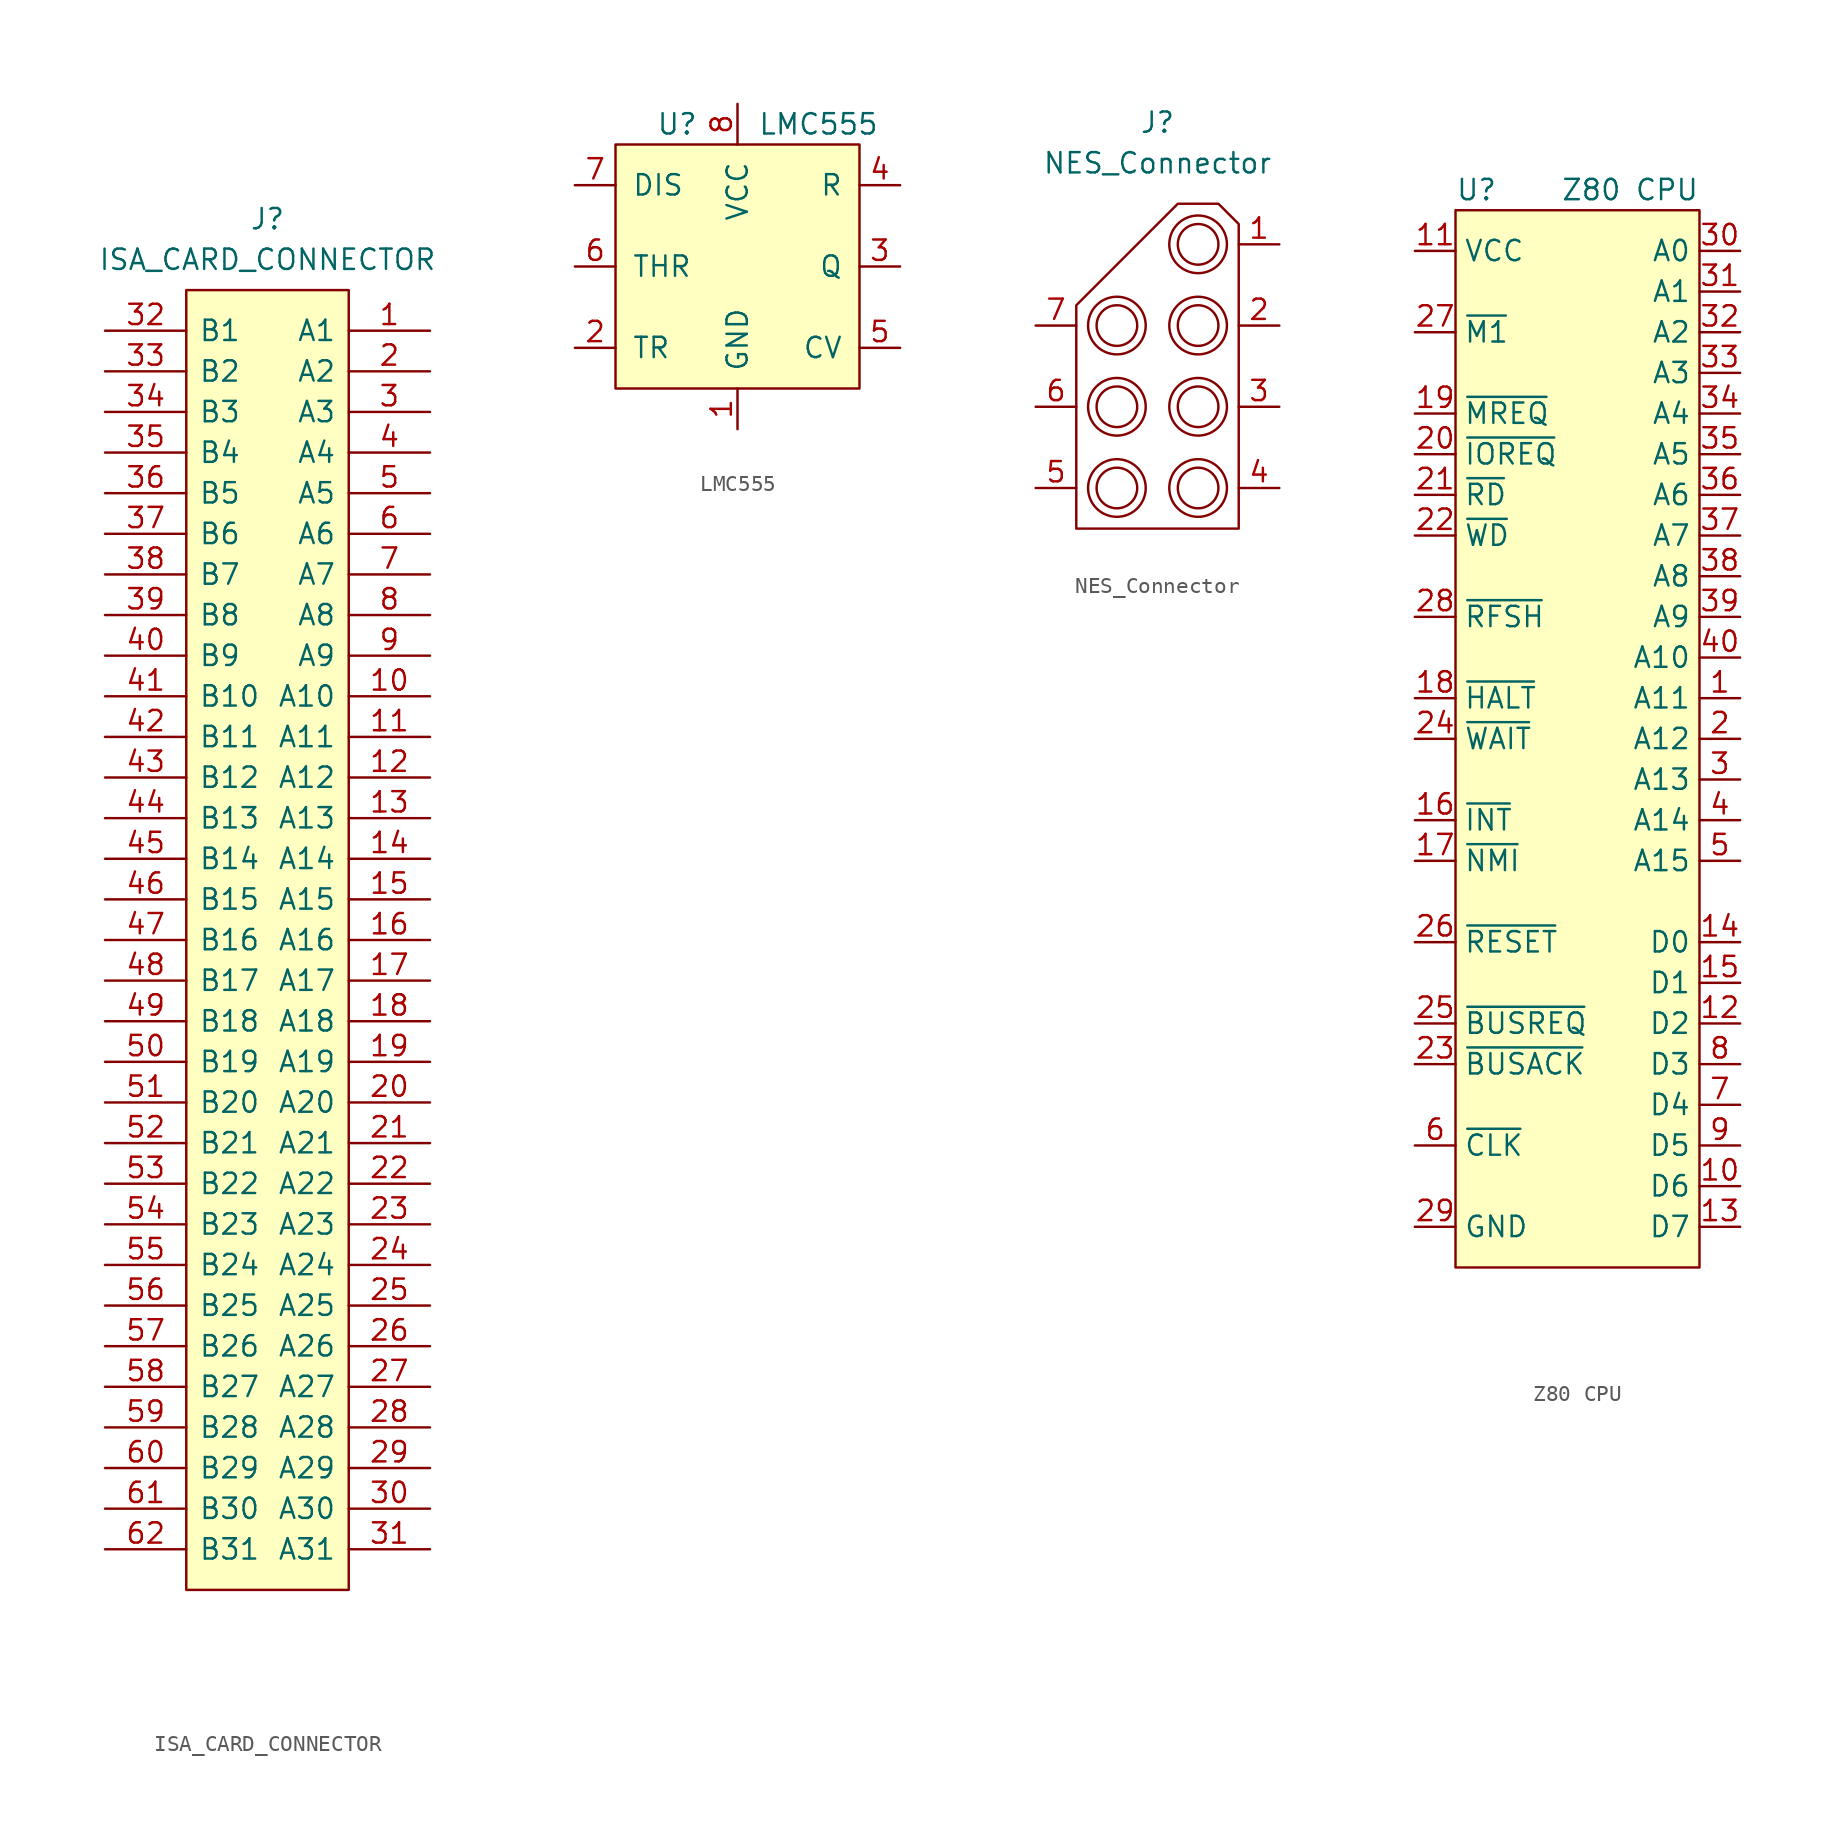
<source format=kicad_sym>
(kicad_symbol_lib
  (version 20211014)
  (generator kicad_symbol_editor)
  (symbol "ISA_CARD_CONNECTOR"
    (pin_names
      (offset 0.762))
    (property "Reference" "J"
      (at 0 4.445 0)
      (effects (font (size 1.27 1.27))))
    (property "Value" "ISA_CARD_CONNECTOR"
      (at 0 1.905 0)
      (effects (font (size 1.27 1.27))))
    (symbol "ISA_CARD_CONNECTOR_0_0"
      (pin passive line (at 10.16 -2.54 180) (length 5.08) (name "A1" (effects (font (size 1.27 1.27)))) (number "1" (effects (font (size 1.27 1.27)))))
      (pin passive line (at 10.16 -25.4 180) (length 5.08) (name "A10" (effects (font (size 1.27 1.27)))) (number "10" (effects (font (size 1.27 1.27)))))
      (pin passive line (at 10.16 -27.94 180) (length 5.08) (name "A11" (effects (font (size 1.27 1.27)))) (number "11" (effects (font (size 1.27 1.27)))))
      (pin passive line (at 10.16 -30.48 180) (length 5.08) (name "A12" (effects (font (size 1.27 1.27)))) (number "12" (effects (font (size 1.27 1.27)))))
      (pin passive line (at 10.16 -33.02 180) (length 5.08) (name "A13" (effects (font (size 1.27 1.27)))) (number "13" (effects (font (size 1.27 1.27)))))
      (pin passive line (at 10.16 -35.56 180) (length 5.08) (name "A14" (effects (font (size 1.27 1.27)))) (number "14" (effects (font (size 1.27 1.27)))))
      (pin passive line (at 10.16 -38.1 180) (length 5.08) (name "A15" (effects (font (size 1.27 1.27)))) (number "15" (effects (font (size 1.27 1.27)))))
      (pin passive line (at 10.16 -40.64 180) (length 5.08) (name "A16" (effects (font (size 1.27 1.27)))) (number "16" (effects (font (size 1.27 1.27)))))
      (pin passive line (at 10.16 -43.18 180) (length 5.08) (name "A17" (effects (font (size 1.27 1.27)))) (number "17" (effects (font (size 1.27 1.27)))))
      (pin passive line (at 10.16 -45.72 180) (length 5.08) (name "A18" (effects (font (size 1.27 1.27)))) (number "18" (effects (font (size 1.27 1.27)))))
      (pin passive line (at 10.16 -48.26 180) (length 5.08) (name "A19" (effects (font (size 1.27 1.27)))) (number "19" (effects (font (size 1.27 1.27)))))
      (pin passive line (at 10.16 -5.08 180) (length 5.08) (name "A2" (effects (font (size 1.27 1.27)))) (number "2" (effects (font (size 1.27 1.27)))))
      (pin passive line (at 10.16 -50.8 180) (length 5.08) (name "A20" (effects (font (size 1.27 1.27)))) (number "20" (effects (font (size 1.27 1.27)))))
      (pin passive line (at 10.16 -53.34 180) (length 5.08) (name "A21" (effects (font (size 1.27 1.27)))) (number "21" (effects (font (size 1.27 1.27)))))
      (pin passive line (at 10.16 -55.88 180) (length 5.08) (name "A22" (effects (font (size 1.27 1.27)))) (number "22" (effects (font (size 1.27 1.27)))))
      (pin passive line (at 10.16 -58.42 180) (length 5.08) (name "A23" (effects (font (size 1.27 1.27)))) (number "23" (effects (font (size 1.27 1.27)))))
      (pin passive line (at 10.16 -60.96 180) (length 5.08) (name "A24" (effects (font (size 1.27 1.27)))) (number "24" (effects (font (size 1.27 1.27)))))
      (pin passive line (at 10.16 -63.5 180) (length 5.08) (name "A25" (effects (font (size 1.27 1.27)))) (number "25" (effects (font (size 1.27 1.27)))))
      (pin passive line (at 10.16 -66.04 180) (length 5.08) (name "A26" (effects (font (size 1.27 1.27)))) (number "26" (effects (font (size 1.27 1.27)))))
      (pin passive line (at 10.16 -68.58 180) (length 5.08) (name "A27" (effects (font (size 1.27 1.27)))) (number "27" (effects (font (size 1.27 1.27)))))
      (pin passive line (at 10.16 -71.12 180) (length 5.08) (name "A28" (effects (font (size 1.27 1.27)))) (number "28" (effects (font (size 1.27 1.27)))))
      (pin passive line (at 10.16 -73.66 180) (length 5.08) (name "A29" (effects (font (size 1.27 1.27)))) (number "29" (effects (font (size 1.27 1.27)))))
      (pin passive line (at 10.16 -7.62 180) (length 5.08) (name "A3" (effects (font (size 1.27 1.27)))) (number "3" (effects (font (size 1.27 1.27)))))
      (pin passive line (at 10.16 -76.2 180) (length 5.08) (name "A30" (effects (font (size 1.27 1.27)))) (number "30" (effects (font (size 1.27 1.27)))))
      (pin passive line (at 10.16 -78.74 180) (length 5.08) (name "A31" (effects (font (size 1.27 1.27)))) (number "31" (effects (font (size 1.27 1.27)))))
      (pin passive line (at -10.16 -2.54 0) (length 5.08) (name "B1" (effects (font (size 1.27 1.27)))) (number "32" (effects (font (size 1.27 1.27)))))
      (pin passive line (at -10.16 -5.08 0) (length 5.08) (name "B2" (effects (font (size 1.27 1.27)))) (number "33" (effects (font (size 1.27 1.27)))))
      (pin passive line (at -10.16 -7.62 0) (length 5.08) (name "B3" (effects (font (size 1.27 1.27)))) (number "34" (effects (font (size 1.27 1.27)))))
      (pin passive line (at -10.16 -10.16 0) (length 5.08) (name "B4" (effects (font (size 1.27 1.27)))) (number "35" (effects (font (size 1.27 1.27)))))
      (pin passive line (at -10.16 -12.7 0) (length 5.08) (name "B5" (effects (font (size 1.27 1.27)))) (number "36" (effects (font (size 1.27 1.27)))))
      (pin passive line (at -10.16 -15.24 0) (length 5.08) (name "B6" (effects (font (size 1.27 1.27)))) (number "37" (effects (font (size 1.27 1.27)))))
      (pin passive line (at -10.16 -17.78 0) (length 5.08) (name "B7" (effects (font (size 1.27 1.27)))) (number "38" (effects (font (size 1.27 1.27)))))
      (pin passive line (at -10.16 -20.32 0) (length 5.08) (name "B8" (effects (font (size 1.27 1.27)))) (number "39" (effects (font (size 1.27 1.27)))))
      (pin passive line (at 10.16 -10.16 180) (length 5.08) (name "A4" (effects (font (size 1.27 1.27)))) (number "4" (effects (font (size 1.27 1.27)))))
      (pin passive line (at -10.16 -22.86 0) (length 5.08) (name "B9" (effects (font (size 1.27 1.27)))) (number "40" (effects (font (size 1.27 1.27)))))
      (pin passive line (at -10.16 -25.4 0) (length 5.08) (name "B10" (effects (font (size 1.27 1.27)))) (number "41" (effects (font (size 1.27 1.27)))))
      (pin passive line (at -10.16 -27.94 0) (length 5.08) (name "B11" (effects (font (size 1.27 1.27)))) (number "42" (effects (font (size 1.27 1.27)))))
      (pin passive line (at -10.16 -30.48 0) (length 5.08) (name "B12" (effects (font (size 1.27 1.27)))) (number "43" (effects (font (size 1.27 1.27)))))
      (pin passive line (at -10.16 -33.02 0) (length 5.08) (name "B13" (effects (font (size 1.27 1.27)))) (number "44" (effects (font (size 1.27 1.27)))))
      (pin passive line (at -10.16 -35.56 0) (length 5.08) (name "B14" (effects (font (size 1.27 1.27)))) (number "45" (effects (font (size 1.27 1.27)))))
      (pin passive line (at -10.16 -38.1 0) (length 5.08) (name "B15" (effects (font (size 1.27 1.27)))) (number "46" (effects (font (size 1.27 1.27)))))
      (pin passive line (at -10.16 -40.64 0) (length 5.08) (name "B16" (effects (font (size 1.27 1.27)))) (number "47" (effects (font (size 1.27 1.27)))))
      (pin passive line (at -10.16 -43.18 0) (length 5.08) (name "B17" (effects (font (size 1.27 1.27)))) (number "48" (effects (font (size 1.27 1.27)))))
      (pin passive line (at -10.16 -45.72 0) (length 5.08) (name "B18" (effects (font (size 1.27 1.27)))) (number "49" (effects (font (size 1.27 1.27)))))
      (pin passive line (at 10.16 -12.7 180) (length 5.08) (name "A5" (effects (font (size 1.27 1.27)))) (number "5" (effects (font (size 1.27 1.27)))))
      (pin passive line (at -10.16 -48.26 0) (length 5.08) (name "B19" (effects (font (size 1.27 1.27)))) (number "50" (effects (font (size 1.27 1.27)))))
      (pin passive line (at -10.16 -50.8 0) (length 5.08) (name "B20" (effects (font (size 1.27 1.27)))) (number "51" (effects (font (size 1.27 1.27)))))
      (pin passive line (at -10.16 -53.34 0) (length 5.08) (name "B21" (effects (font (size 1.27 1.27)))) (number "52" (effects (font (size 1.27 1.27)))))
      (pin passive line (at -10.16 -55.88 0) (length 5.08) (name "B22" (effects (font (size 1.27 1.27)))) (number "53" (effects (font (size 1.27 1.27)))))
      (pin passive line (at -10.16 -58.42 0) (length 5.08) (name "B23" (effects (font (size 1.27 1.27)))) (number "54" (effects (font (size 1.27 1.27)))))
      (pin passive line (at -10.16 -60.96 0) (length 5.08) (name "B24" (effects (font (size 1.27 1.27)))) (number "55" (effects (font (size 1.27 1.27)))))
      (pin passive line (at -10.16 -63.5 0) (length 5.08) (name "B25" (effects (font (size 1.27 1.27)))) (number "56" (effects (font (size 1.27 1.27)))))
      (pin passive line (at -10.16 -66.04 0) (length 5.08) (name "B26" (effects (font (size 1.27 1.27)))) (number "57" (effects (font (size 1.27 1.27)))))
      (pin passive line (at -10.16 -68.58 0) (length 5.08) (name "B27" (effects (font (size 1.27 1.27)))) (number "58" (effects (font (size 1.27 1.27)))))
      (pin passive line (at -10.16 -71.12 0) (length 5.08) (name "B28" (effects (font (size 1.27 1.27)))) (number "59" (effects (font (size 1.27 1.27)))))
      (pin passive line (at 10.16 -15.24 180) (length 5.08) (name "A6" (effects (font (size 1.27 1.27)))) (number "6" (effects (font (size 1.27 1.27)))))
      (pin passive line (at -10.16 -73.66 0) (length 5.08) (name "B29" (effects (font (size 1.27 1.27)))) (number "60" (effects (font (size 1.27 1.27)))))
      (pin passive line (at -10.16 -76.2 0) (length 5.08) (name "B30" (effects (font (size 1.27 1.27)))) (number "61" (effects (font (size 1.27 1.27)))))
      (pin passive line (at -10.16 -78.74 0) (length 5.08) (name "B31" (effects (font (size 1.27 1.27)))) (number "62" (effects (font (size 1.27 1.27)))))
      (pin passive line (at 10.16 -17.78 180) (length 5.08) (name "A7" (effects (font (size 1.27 1.27)))) (number "7" (effects (font (size 1.27 1.27)))))
      (pin passive line (at 10.16 -20.32 180) (length 5.08) (name "A8" (effects (font (size 1.27 1.27)))) (number "8" (effects (font (size 1.27 1.27)))))
      (pin passive line (at 10.16 -22.86 180) (length 5.08) (name "A9" (effects (font (size 1.27 1.27)))) (number "9" (effects (font (size 1.27 1.27))))))
    (symbol "ISA_CARD_CONNECTOR_0_1"
      (rectangle (start -5.08 0) (end 5.08 -81.28) (stroke (width 0) (type default) (color 0 0 0 0)) (fill (type background)))))
  (symbol "LMC555"
    (pin_names
      (offset 1.016))
    (property "Reference" "U"
      (at -5.08 0 0)
      (effects (font (size 1.27 1.27)) (justify left)))
    (property "Value" "LMC555"
      (at 1.27 0 0)
      (effects (font (size 1.27 1.27)) (justify left)))
    (symbol "LMC555_0_1"
      (rectangle (start -7.62 -1.27) (end 7.62 -16.51) (stroke (width 0) (type default) (color 0 0 0 0)) (fill (type background))))
    (symbol "LMC555_1_1"
      (pin power_in line (at 0 -19.05 90) (length 2.54) (name "GND" (effects (font (size 1.27 1.27)))) (number "1" (effects (font (size 1.27 1.27)))))
      (pin input line (at -10.16 -13.97 0) (length 2.54) (name "TR" (effects (font (size 1.27 1.27)))) (number "2" (effects (font (size 1.27 1.27)))))
      (pin output line (at 10.16 -8.89 180) (length 2.54) (name "Q" (effects (font (size 1.27 1.27)))) (number "3" (effects (font (size 1.27 1.27)))))
      (pin input line (at 10.16 -3.81 180) (length 2.54) (name "R" (effects (font (size 1.27 1.27)))) (number "4" (effects (font (size 1.27 1.27)))))
      (pin input line (at 10.16 -13.97 180) (length 2.54) (name "CV" (effects (font (size 1.27 1.27)))) (number "5" (effects (font (size 1.27 1.27)))))
      (pin input line (at -10.16 -8.89 0) (length 2.54) (name "THR" (effects (font (size 1.27 1.27)))) (number "6" (effects (font (size 1.27 1.27)))))
      (pin input line (at -10.16 -3.81 0) (length 2.54) (name "DIS" (effects (font (size 1.27 1.27)))) (number "7" (effects (font (size 1.27 1.27)))))
      (pin power_in line (at 0 1.27 270) (length 2.54) (name "VCC" (effects (font (size 1.27 1.27)))) (number "8" (effects (font (size 1.27 1.27)))))))
  (symbol "NES_Connector"
    (pin_names
      (offset 1.016))
    (property "Reference" "J"
      (at 0 2.54 0)
      (effects (font (size 1.27 1.27))))
    (property "Value" "NES_Connector"
      (at 0 0 0)
      (effects (font (size 1.27 1.27))))
    (symbol "NES_Connector_0_1"
      (circle (center -2.54 -20.32) (radius 1.27) (stroke (width 0) (type default) (color 0 0 0 0)) (fill (type none)))
      (circle (center -2.54 -20.32) (radius 1.803) (stroke (width 0) (type default) (color 0 0 0 0)) (fill (type none)))
      (circle (center -2.54 -15.24) (radius 1.27) (stroke (width 0) (type default) (color 0 0 0 0)) (fill (type none)))
      (circle (center -2.54 -15.24) (radius 1.803) (stroke (width 0) (type default) (color 0 0 0 0)) (fill (type none)))
      (circle (center -2.54 -10.16) (radius 1.27) (stroke (width 0) (type default) (color 0 0 0 0)) (fill (type none)))
      (circle (center -2.54 -10.16) (radius 1.803) (stroke (width 0) (type default) (color 0 0 0 0)) (fill (type none)))
      (polyline (pts (xy 5.08 -3.81) (xy 3.81 -2.54) (xy 1.27 -2.54) (xy -5.08 -8.89) (xy -5.08 -22.86) (xy 5.08 -22.86) (xy 5.08 -3.81)) (stroke (width 0) (type default) (color 0 0 0 0)) (fill (type none)))
      (circle (center 2.54 -20.32) (radius 1.27) (stroke (width 0) (type default) (color 0 0 0 0)) (fill (type none)))
      (circle (center 2.54 -20.32) (radius 1.803) (stroke (width 0) (type default) (color 0 0 0 0)) (fill (type none)))
      (circle (center 2.54 -15.24) (radius 1.27) (stroke (width 0) (type default) (color 0 0 0 0)) (fill (type none)))
      (circle (center 2.54 -15.24) (radius 1.803) (stroke (width 0) (type default) (color 0 0 0 0)) (fill (type none)))
      (circle (center 2.54 -10.16) (radius 1.27) (stroke (width 0) (type default) (color 0 0 0 0)) (fill (type none)))
      (circle (center 2.54 -10.16) (radius 1.803) (stroke (width 0) (type default) (color 0 0 0 0)) (fill (type none)))
      (circle (center 2.54 -5.08) (radius 1.27) (stroke (width 0) (type default) (color 0 0 0 0)) (fill (type none)))
      (circle (center 2.54 -5.08) (radius 1.803) (stroke (width 0) (type default) (color 0 0 0 0)) (fill (type none))))
    (symbol "NES_Connector_1_1"
      (pin passive line (at 7.62 -5.08 180) (length 2.54) (name "~" (effects (font (size 1.27 1.27)))) (number "1" (effects (font (size 1.27 1.27)))))
      (pin passive line (at 7.62 -10.16 180) (length 2.54) (name "~" (effects (font (size 1.27 1.27)))) (number "2" (effects (font (size 1.27 1.27)))))
      (pin passive line (at 7.62 -15.24 180) (length 2.54) (name "~" (effects (font (size 1.27 1.27)))) (number "3" (effects (font (size 1.27 1.27)))))
      (pin passive line (at 7.62 -20.32 180) (length 2.54) (name "~" (effects (font (size 1.27 1.27)))) (number "4" (effects (font (size 1.27 1.27)))))
      (pin passive line (at -7.62 -20.32 0) (length 2.54) (name "~" (effects (font (size 1.27 1.27)))) (number "5" (effects (font (size 1.27 1.27)))))
      (pin passive line (at -7.62 -15.24 0) (length 2.54) (name "~" (effects (font (size 1.27 1.27)))) (number "6" (effects (font (size 1.27 1.27)))))
      (pin passive line (at -7.62 -10.16 0) (length 2.54) (name "~" (effects (font (size 1.27 1.27)))) (number "7" (effects (font (size 1.27 1.27)))))))
  (symbol "Z80 CPU"
    (property "Reference" "U"
      (at -7.62 1.27 0)
      (effects (font (size 1.27 1.27)) (justify left)))
    (property "Value" "Z80 CPU"
      (at 7.62 1.27 0)
      (effects (font (size 1.27 1.27)) (justify right)))
    (symbol "Z80 CPU_0_1"
      (rectangle (start -7.62 0) (end 7.62 -66.04) (stroke (width 0.152) (type default) (color 0 0 0 0)) (fill (type background))))
    (symbol "Z80 CPU_1_1"
      (pin output line (at 10.16 -30.48 180) (length 2.54) (name "A11" (effects (font (size 1.27 1.27)))) (number "1" (effects (font (size 1.27 1.27)))))
      (pin bidirectional line (at 10.16 -60.96 180) (length 2.54) (name "D6" (effects (font (size 1.27 1.27)))) (number "10" (effects (font (size 1.27 1.27)))))
      (pin power_in line (at -10.16 -2.54 0) (length 2.54) (name "VCC" (effects (font (size 1.27 1.27)))) (number "11" (effects (font (size 1.27 1.27)))))
      (pin bidirectional line (at 10.16 -50.8 180) (length 2.54) (name "D2" (effects (font (size 1.27 1.27)))) (number "12" (effects (font (size 1.27 1.27)))))
      (pin bidirectional line (at 10.16 -63.5 180) (length 2.54) (name "D7" (effects (font (size 1.27 1.27)))) (number "13" (effects (font (size 1.27 1.27)))))
      (pin bidirectional line (at 10.16 -45.72 180) (length 2.54) (name "D0" (effects (font (size 1.27 1.27)))) (number "14" (effects (font (size 1.27 1.27)))))
      (pin bidirectional line (at 10.16 -48.26 180) (length 2.54) (name "D1" (effects (font (size 1.27 1.27)))) (number "15" (effects (font (size 1.27 1.27)))))
      (pin input line (at -10.16 -38.1 0) (length 2.54) (name "~{INT}" (effects (font (size 1.27 1.27)))) (number "16" (effects (font (size 1.27 1.27)))))
      (pin input line (at -10.16 -40.64 0) (length 2.54) (name "~{NMI}" (effects (font (size 1.27 1.27)))) (number "17" (effects (font (size 1.27 1.27)))))
      (pin output line (at -10.16 -30.48 0) (length 2.54) (name "~{HALT}" (effects (font (size 1.27 1.27)))) (number "18" (effects (font (size 1.27 1.27)))))
      (pin output line (at -10.16 -12.7 0) (length 2.54) (name "~{MREQ}" (effects (font (size 1.27 1.27)))) (number "19" (effects (font (size 1.27 1.27)))))
      (pin output line (at 10.16 -33.02 180) (length 2.54) (name "A12" (effects (font (size 1.27 1.27)))) (number "2" (effects (font (size 1.27 1.27)))))
      (pin output line (at -10.16 -15.24 0) (length 2.54) (name "~{IOREQ}" (effects (font (size 1.27 1.27)))) (number "20" (effects (font (size 1.27 1.27)))))
      (pin output line (at -10.16 -17.78 0) (length 2.54) (name "~{RD}" (effects (font (size 1.27 1.27)))) (number "21" (effects (font (size 1.27 1.27)))))
      (pin output line (at -10.16 -20.32 0) (length 2.54) (name "~{WD}" (effects (font (size 1.27 1.27)))) (number "22" (effects (font (size 1.27 1.27)))))
      (pin output line (at -10.16 -53.34 0) (length 2.54) (name "~{BUSACK}" (effects (font (size 1.27 1.27)))) (number "23" (effects (font (size 1.27 1.27)))))
      (pin input line (at -10.16 -33.02 0) (length 2.54) (name "~{WAIT}" (effects (font (size 1.27 1.27)))) (number "24" (effects (font (size 1.27 1.27)))))
      (pin input line (at -10.16 -50.8 0) (length 2.54) (name "~{BUSREQ}" (effects (font (size 1.27 1.27)))) (number "25" (effects (font (size 1.27 1.27)))))
      (pin input line (at -10.16 -45.72 0) (length 2.54) (name "~{RESET}" (effects (font (size 1.27 1.27)))) (number "26" (effects (font (size 1.27 1.27)))))
      (pin output line (at -10.16 -7.62 0) (length 2.54) (name "~{M1}" (effects (font (size 1.27 1.27)))) (number "27" (effects (font (size 1.27 1.27)))))
      (pin output line (at -10.16 -25.4 0) (length 2.54) (name "~{RFSH}" (effects (font (size 1.27 1.27)))) (number "28" (effects (font (size 1.27 1.27)))))
      (pin power_in line (at -10.16 -63.5 0) (length 2.54) (name "GND" (effects (font (size 1.27 1.27)))) (number "29" (effects (font (size 1.27 1.27)))))
      (pin output line (at 10.16 -35.56 180) (length 2.54) (name "A13" (effects (font (size 1.27 1.27)))) (number "3" (effects (font (size 1.27 1.27)))))
      (pin output line (at 10.16 -2.54 180) (length 2.54) (name "A0" (effects (font (size 1.27 1.27)))) (number "30" (effects (font (size 1.27 1.27)))))
      (pin output line (at 10.16 -5.08 180) (length 2.54) (name "A1" (effects (font (size 1.27 1.27)))) (number "31" (effects (font (size 1.27 1.27)))))
      (pin output line (at 10.16 -7.62 180) (length 2.54) (name "A2" (effects (font (size 1.27 1.27)))) (number "32" (effects (font (size 1.27 1.27)))))
      (pin output line (at 10.16 -10.16 180) (length 2.54) (name "A3" (effects (font (size 1.27 1.27)))) (number "33" (effects (font (size 1.27 1.27)))))
      (pin output line (at 10.16 -12.7 180) (length 2.54) (name "A4" (effects (font (size 1.27 1.27)))) (number "34" (effects (font (size 1.27 1.27)))))
      (pin output line (at 10.16 -15.24 180) (length 2.54) (name "A5" (effects (font (size 1.27 1.27)))) (number "35" (effects (font (size 1.27 1.27)))))
      (pin output line (at 10.16 -17.78 180) (length 2.54) (name "A6" (effects (font (size 1.27 1.27)))) (number "36" (effects (font (size 1.27 1.27)))))
      (pin output line (at 10.16 -20.32 180) (length 2.54) (name "A7" (effects (font (size 1.27 1.27)))) (number "37" (effects (font (size 1.27 1.27)))))
      (pin output line (at 10.16 -22.86 180) (length 2.54) (name "A8" (effects (font (size 1.27 1.27)))) (number "38" (effects (font (size 1.27 1.27)))))
      (pin output line (at 10.16 -25.4 180) (length 2.54) (name "A9" (effects (font (size 1.27 1.27)))) (number "39" (effects (font (size 1.27 1.27)))))
      (pin output line (at 10.16 -38.1 180) (length 2.54) (name "A14" (effects (font (size 1.27 1.27)))) (number "4" (effects (font (size 1.27 1.27)))))
      (pin output line (at 10.16 -27.94 180) (length 2.54) (name "A10" (effects (font (size 1.27 1.27)))) (number "40" (effects (font (size 1.27 1.27)))))
      (pin output line (at 10.16 -40.64 180) (length 2.54) (name "A15" (effects (font (size 1.27 1.27)))) (number "5" (effects (font (size 1.27 1.27)))))
      (pin input line (at -10.16 -58.42 0) (length 2.54) (name "~{CLK}" (effects (font (size 1.27 1.27)))) (number "6" (effects (font (size 1.27 1.27)))))
      (pin bidirectional line (at 10.16 -55.88 180) (length 2.54) (name "D4" (effects (font (size 1.27 1.27)))) (number "7" (effects (font (size 1.27 1.27)))))
      (pin bidirectional line (at 10.16 -53.34 180) (length 2.54) (name "D3" (effects (font (size 1.27 1.27)))) (number "8" (effects (font (size 1.27 1.27)))))
      (pin bidirectional line (at 10.16 -58.42 180) (length 2.54) (name "D5" (effects (font (size 1.27 1.27)))) (number "9" (effects (font (size 1.27 1.27))))))))
</source>
